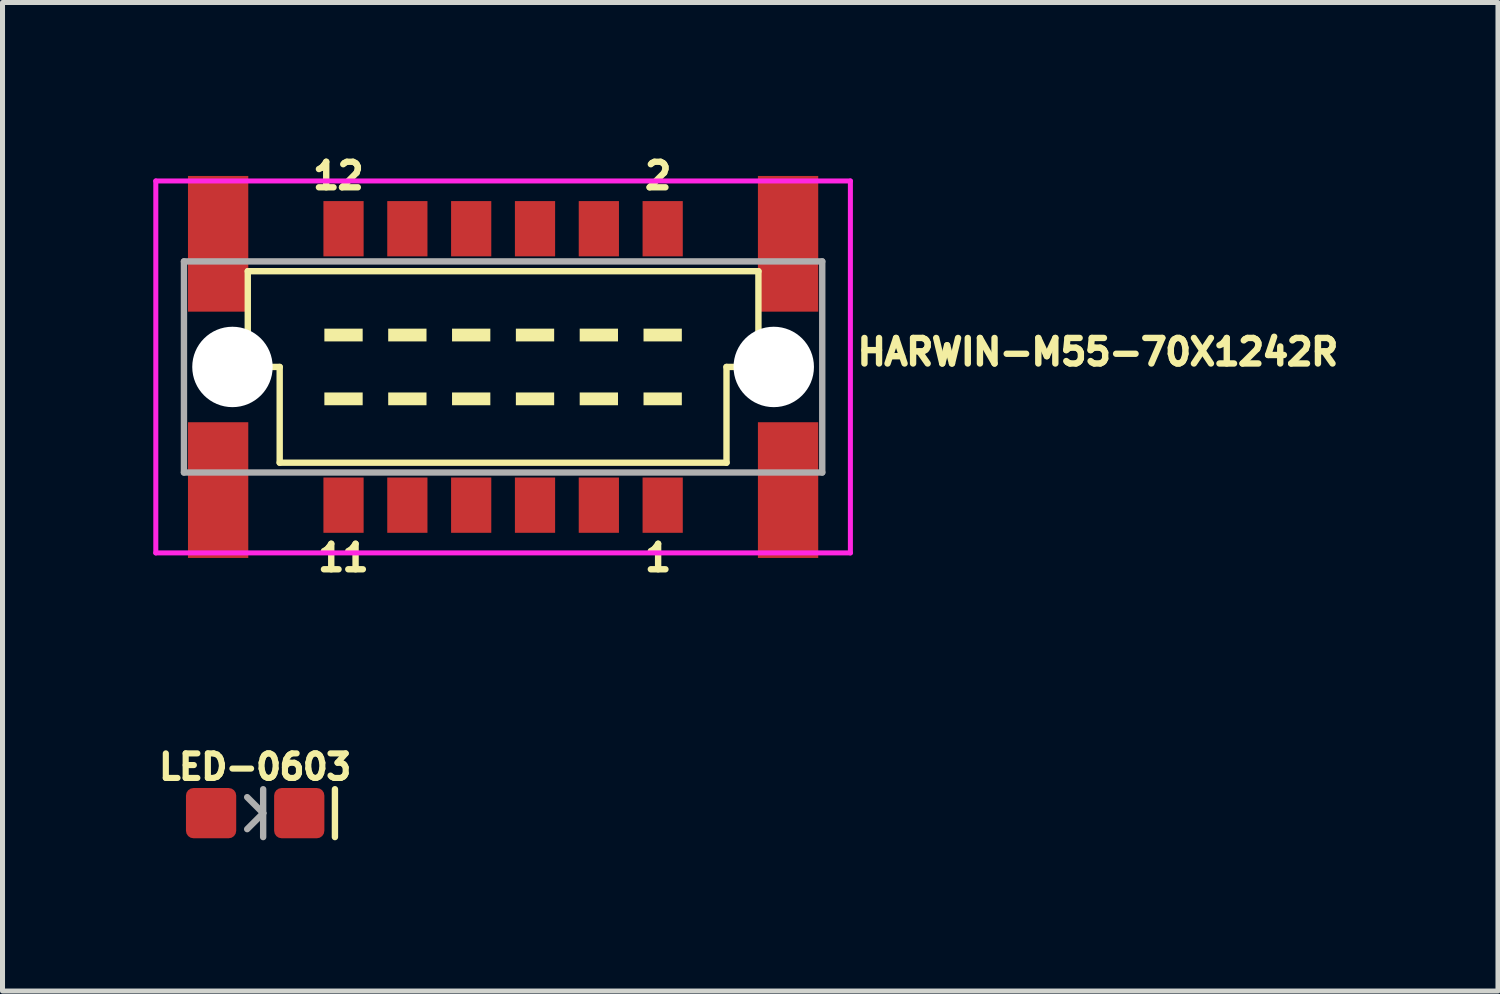
<source format=kicad_pcb>
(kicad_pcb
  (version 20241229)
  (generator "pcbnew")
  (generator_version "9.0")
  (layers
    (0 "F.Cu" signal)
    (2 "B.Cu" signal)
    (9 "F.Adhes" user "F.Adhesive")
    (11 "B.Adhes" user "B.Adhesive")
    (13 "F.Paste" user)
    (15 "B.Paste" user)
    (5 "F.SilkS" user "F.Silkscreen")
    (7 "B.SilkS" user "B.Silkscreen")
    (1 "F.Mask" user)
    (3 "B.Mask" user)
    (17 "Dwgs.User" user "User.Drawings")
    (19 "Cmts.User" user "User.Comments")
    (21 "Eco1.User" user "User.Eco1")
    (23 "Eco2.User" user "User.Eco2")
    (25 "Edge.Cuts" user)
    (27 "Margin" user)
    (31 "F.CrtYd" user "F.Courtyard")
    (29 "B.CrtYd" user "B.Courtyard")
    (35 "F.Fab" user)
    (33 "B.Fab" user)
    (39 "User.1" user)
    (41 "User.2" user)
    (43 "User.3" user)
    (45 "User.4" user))
  (footprint "HARWIN-M55-70X1242R"
    (layer "F.Cu")
    (at 6.96 4.251)
    (property "Reference" "HARWIN-M55-70X1242R" (at 6.985 0 0) (layer "F.SilkS") (effects (font (size 0.508 0.508) (thickness 0.127)) (justify left bottom)))
    (fp_line (start -5.08 -1.905) (end -5.08 0) (stroke (width 0.127) (type solid)) (layer "F.SilkS"))
    (fp_line (start -5.08 0) (end -4.445 0) (stroke (width 0.127) (type solid)) (layer "F.SilkS"))
    (fp_line (start -4.445 0) (end -4.445 1.905) (stroke (width 0.127) (type solid)) (layer "F.SilkS"))
    (fp_line (start -4.445 1.905) (end 4.445 1.905) (stroke (width 0.127) (type solid)) (layer "F.SilkS"))
    (fp_line (start 4.445 0) (end 5.08 0) (stroke (width 0.127) (type solid)) (layer "F.SilkS"))
    (fp_line (start 4.445 1.905) (end 4.445 0) (stroke (width 0.127) (type solid)) (layer "F.SilkS"))
    (fp_line (start 5.08 -1.905) (end -5.08 -1.905) (stroke (width 0.127) (type solid)) (layer "F.SilkS"))
    (fp_line (start 5.08 0) (end 5.08 -1.905) (stroke (width 0.127) (type solid)) (layer "F.SilkS"))
    (fp_poly (pts (xy -3.556 -0.508) (xy -2.794 -0.508) (xy -2.794 -0.762) (xy -3.556 -0.762)) (stroke (width 0) (type solid)) (fill yes) (layer "F.SilkS"))
    (fp_poly (pts (xy -3.556 0.762) (xy -2.794 0.762) (xy -2.794 0.508) (xy -3.556 0.508)) (stroke (width 0) (type solid)) (fill yes) (layer "F.SilkS"))
    (fp_poly (pts (xy -2.286 -0.508) (xy -1.524 -0.508) (xy -1.524 -0.762) (xy -2.286 -0.762)) (stroke (width 0) (type solid)) (fill yes) (layer "F.SilkS"))
    (fp_poly (pts (xy -2.286 0.762) (xy -1.524 0.762) (xy -1.524 0.508) (xy -2.286 0.508)) (stroke (width 0) (type solid)) (fill yes) (layer "F.SilkS"))
    (fp_poly (pts (xy -1.016 -0.508) (xy -0.254 -0.508) (xy -0.254 -0.762) (xy -1.016 -0.762)) (stroke (width 0) (type solid)) (fill yes) (layer "F.SilkS"))
    (fp_poly (pts (xy -1.016 0.762) (xy -0.254 0.762) (xy -0.254 0.508) (xy -1.016 0.508)) (stroke (width 0) (type solid)) (fill yes) (layer "F.SilkS"))
    (fp_poly (pts (xy 0.254 -0.508) (xy 1.016 -0.508) (xy 1.016 -0.762) (xy 0.254 -0.762)) (stroke (width 0) (type solid)) (fill yes) (layer "F.SilkS"))
    (fp_poly (pts (xy 0.254 0.762) (xy 1.016 0.762) (xy 1.016 0.508) (xy 0.254 0.508)) (stroke (width 0) (type solid)) (fill yes) (layer "F.SilkS"))
    (fp_poly (pts (xy 1.524 -0.508) (xy 2.286 -0.508) (xy 2.286 -0.762) (xy 1.524 -0.762)) (stroke (width 0) (type solid)) (fill yes) (layer "F.SilkS"))
    (fp_poly (pts (xy 1.524 0.762) (xy 2.286 0.762) (xy 2.286 0.508) (xy 1.524 0.508)) (stroke (width 0) (type solid)) (fill yes) (layer "F.SilkS"))
    (fp_poly (pts (xy 2.794 -0.508) (xy 3.556 -0.508) (xy 3.556 -0.762) (xy 2.794 -0.762)) (stroke (width 0) (type solid)) (fill yes) (layer "F.SilkS"))
    (fp_poly (pts (xy 2.794 0.762) (xy 3.556 0.762) (xy 3.556 0.508) (xy 2.794 0.508)) (stroke (width 0) (type solid)) (fill yes) (layer "F.SilkS"))
    (fp_line (start -6.91 -3.7) (end 6.91 -3.7) (stroke (width 0.1) (type solid)) (layer "F.CrtYd"))
    (fp_line (start -6.91 3.7) (end -6.91 -3.7) (stroke (width 0.1) (type solid)) (layer "F.CrtYd"))
    (fp_line (start 6.91 -3.7) (end 6.91 3.7) (stroke (width 0.1) (type solid)) (layer "F.CrtYd"))
    (fp_line (start 6.91 3.7) (end -6.91 3.7) (stroke (width 0.1) (type solid)) (layer "F.CrtYd"))
    (fp_line (start -6.35 2.1) (end -6.35 -2.1) (stroke (width 0.127) (type solid)) (layer "F.Fab"))
    (fp_line (start 6.35 -2.1) (end -6.35 -2.1) (stroke (width 0.127) (type solid)) (layer "F.Fab"))
    (fp_line (start 6.35 -2.1) (end 6.35 2.1) (stroke (width 0.127) (type solid)) (layer "F.Fab"))
    (fp_line (start 6.35 2.1) (end -6.35 2.1) (stroke (width 0.127) (type solid)) (layer "F.Fab"))
    (fp_text user "1" (at 3.41 3.5 0) (layer "F.SilkS") (effects (font (size 0.508 0.508) (thickness 0.127)) (justify right top)))
    (fp_text user "2" (at 3.41 -4.1 0) (layer "F.SilkS") (effects (font (size 0.508 0.508) (thickness 0.127)) (justify right top)))
    (fp_text user "12" (at -2.71 -4.1 0) (layer "F.SilkS") (effects (font (size 0.508 0.508) (thickness 0.127)) (justify right top)))
    (fp_text user "11" (at -2.61 3.5 0) (layer "F.SilkS") (effects (font (size 0.508 0.508) (thickness 0.127)) (justify right top)))
    (pad "" np_thru_hole circle (at -5.385 0) (size 1.6 1.6) (drill 1.6) (layers "*.Cu" "*.Mask"))
    (pad "" np_thru_hole circle (at 5.385 0) (size 1.6 1.6) (drill 1.6) (layers "*.Cu" "*.Mask"))
    (pad "1" smd rect (at 3.175 2.75 180) (size 0.8 1.1) (layers "F.Cu" "F.Mask" "F.Paste"))
    (pad "2" smd rect (at 3.175 -2.75 180) (size 0.8 1.1) (layers "F.Cu" "F.Mask" "F.Paste"))
    (pad "3" smd rect (at 1.905 2.75 180) (size 0.8 1.1) (layers "F.Cu" "F.Mask" "F.Paste"))
    (pad "4" smd rect (at 1.905 -2.75 180) (size 0.8 1.1) (layers "F.Cu" "F.Mask" "F.Paste"))
    (pad "5" smd rect (at 0.635 2.75 180) (size 0.8 1.1) (layers "F.Cu" "F.Mask" "F.Paste"))
    (pad "6" smd rect (at 0.635 -2.75 180) (size 0.8 1.1) (layers "F.Cu" "F.Mask" "F.Paste"))
    (pad "7" smd rect (at -0.635 2.75 180) (size 0.8 1.1) (layers "F.Cu" "F.Mask" "F.Paste"))
    (pad "8" smd rect (at -0.635 -2.75 180) (size 0.8 1.1) (layers "F.Cu" "F.Mask" "F.Paste"))
    (pad "9" smd rect (at -1.905 2.75 180) (size 0.8 1.1) (layers "F.Cu" "F.Mask" "F.Paste"))
    (pad "10" smd rect (at -1.905 -2.75 180) (size 0.8 1.1) (layers "F.Cu" "F.Mask" "F.Paste"))
    (pad "11" smd rect (at -3.175 2.75 180) (size 0.8 1.1) (layers "F.Cu" "F.Mask" "F.Paste"))
    (pad "12" smd rect (at -3.175 -2.75 180) (size 0.8 1.1) (layers "F.Cu" "F.Mask" "F.Paste"))
    (pad "P$1" smd rect (at -5.67 2.45 90) (size 2.7 1.2) (layers "F.Cu" "F.Mask" "F.Paste"))
    (pad "P$2" smd rect (at -5.67 -2.45 90) (size 2.7 1.2) (layers "F.Cu" "F.Mask" "F.Paste"))
    (pad "P$3" smd rect (at 5.67 -2.45 90) (size 2.7 1.2) (layers "F.Cu" "F.Mask" "F.Paste"))
    (pad "P$4" smd rect (at 5.67 2.45 90) (size 2.7 1.2) (layers "F.Cu" "F.Mask" "F.Paste")))
  (footprint "LED-0603"
    (layer "F.Cu")
    (at 2.027 13.129)
    (property "Reference" "LED-0603" (at 0 -0.635 0) (layer "F.SilkS") (effects (font (size 0.488 0.488) (thickness 0.122)) (justify bottom)))
    (fp_line (start 1.587 -0.476) (end 1.587 0.476) (stroke (width 0.127) (type solid)) (layer "F.SilkS"))
    (fp_line (start 0.159 -0.476) (end 0.159 0) (stroke (width 0.127) (type solid)) (layer "F.Fab"))
    (fp_line (start 0.159 0) (end -0.159 -0.318) (stroke (width 0.127) (type solid)) (layer "F.Fab"))
    (fp_line (start 0.159 0) (end -0.159 0.318) (stroke (width 0.127) (type solid)) (layer "F.Fab"))
    (fp_line (start 0.159 0) (end 0.159 0.476) (stroke (width 0.127) (type solid)) (layer "F.Fab"))
    (pad "A" smd roundrect (at -0.877 0 270) (size 1 1) (layers "F.Cu" "F.Mask" "F.Paste") (roundrect_rratio 0.15))
    (pad "C" smd roundrect (at 0.877 0 270) (size 1 1) (layers "F.Cu" "F.Mask" "F.Paste") (roundrect_rratio 0.15)))
  (gr_rect
    (start -3 -3)
    (end 26.755 16.668)
    (stroke (width 0.1) (type default))
    (fill no)
    (layer "Edge.Cuts")))
</source>
